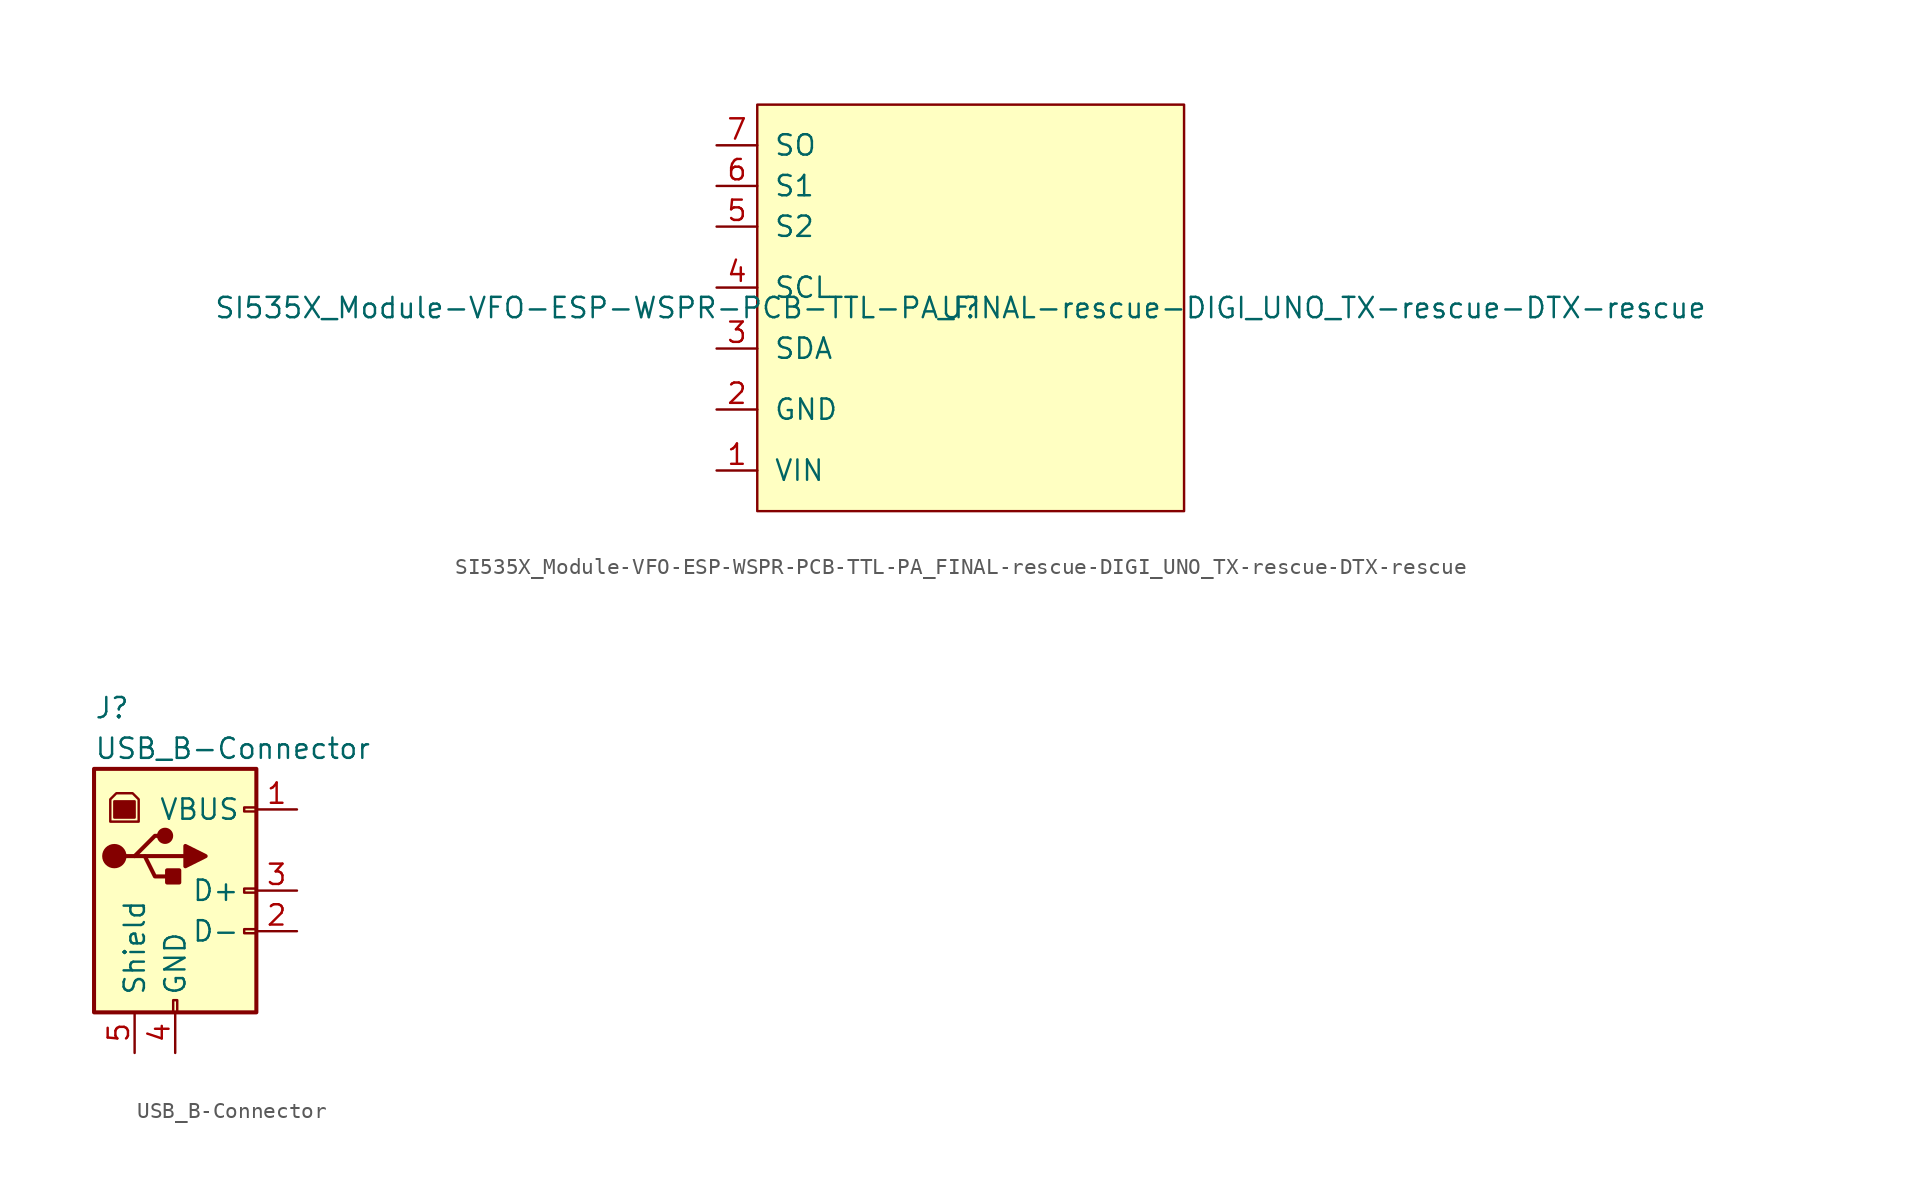
<source format=kicad_sym>
(kicad_symbol_lib
  (version 20241209)
  (generator "kicad_symbol_editor")
  (generator_version "9.0")
  (symbol "SI535X_Module-VFO-ESP-WSPR-PCB-TTL-PA_FINAL-rescue-DIGI_UNO_TX-rescue-DTX-rescue"
    (pin_names
      (offset 1.016))
    (property "Reference" "U"
      (at 0 0 0)
      (effects (font (size 1.27 1.27))))
    (property "Value" "SI535X_Module-VFO-ESP-WSPR-PCB-TTL-PA_FINAL-rescue-DIGI_UNO_TX-rescue-DTX-rescue"
      (at 0 0 0)
      (effects (font (size 1.27 1.27))))
    (symbol "SI535X_Module-VFO-ESP-WSPR-PCB-TTL-PA_FINAL-rescue-DIGI_UNO_TX-rescue-DTX-rescue_0_1"
      (rectangle (start -12.7 12.7) (end 13.97 -12.7) (stroke (width 0) (type solid)) (fill (type background))))
    (symbol "SI535X_Module-VFO-ESP-WSPR-PCB-TTL-PA_FINAL-rescue-DIGI_UNO_TX-rescue-DTX-rescue_1_1"
      (pin input line (at -15.24 10.16 0) (length 2.54) (name "SO" (effects (font (size 1.27 1.27)))) (number "7" (effects (font (size 1.27 1.27)))))
      (pin input line (at -15.24 7.62 0) (length 2.54) (name "S1" (effects (font (size 1.27 1.27)))) (number "6" (effects (font (size 1.27 1.27)))))
      (pin input line (at -15.24 5.08 0) (length 2.54) (name "S2" (effects (font (size 1.27 1.27)))) (number "5" (effects (font (size 1.27 1.27)))))
      (pin input line (at -15.24 1.27 0) (length 2.54) (name "SCL" (effects (font (size 1.27 1.27)))) (number "4" (effects (font (size 1.27 1.27)))))
      (pin input line (at -15.24 -2.54 0) (length 2.54) (name "SDA" (effects (font (size 1.27 1.27)))) (number "3" (effects (font (size 1.27 1.27)))))
      (pin input line (at -15.24 -6.35 0) (length 2.54) (name "GND" (effects (font (size 1.27 1.27)))) (number "2" (effects (font (size 1.27 1.27)))))
      (pin input line (at -15.24 -10.16 0) (length 2.54) (name "VIN" (effects (font (size 1.27 1.27)))) (number "1" (effects (font (size 1.27 1.27)))))))
  (symbol "USB_B-Connector"
    (pin_names
      (offset 1.016))
    (property "Reference" "J"
      (at -5.08 11.43 0)
      (effects (font (size 1.27 1.27)) (justify left)))
    (property "Value" "USB_B-Connector"
      (at -5.08 8.89 0)
      (effects (font (size 1.27 1.27)) (justify left)))
    (symbol "USB_B-Connector_0_1"
      (rectangle (start -5.08 -7.62) (end 5.08 7.62) (stroke (width 0.254) (type solid)) (fill (type background)))
      (polyline (pts (xy -4.064 4.318) (xy -2.286 4.318) (xy -2.286 5.715) (xy -2.667 6.096) (xy -3.683 6.096) (xy -4.064 5.715) (xy -4.064 4.318)) (stroke (width 0) (type solid)) (fill (type none)))
      (rectangle (start -3.81 5.588) (end -2.54 4.572) (stroke (width 0) (type solid)) (fill (type outline)))
      (circle (center -3.81 2.159) (radius 0.635) (stroke (width 0.254) (type solid)) (fill (type outline)))
      (polyline (pts (xy -3.175 2.159) (xy -2.54 2.159) (xy -1.27 3.429) (xy -0.635 3.429)) (stroke (width 0.254) (type solid)) (fill (type none)))
      (polyline (pts (xy -2.54 2.159) (xy -1.905 2.159) (xy -1.27 0.889) (xy 0 0.889)) (stroke (width 0.254) (type solid)) (fill (type none)))
      (polyline (pts (xy -1.905 2.159) (xy 0.635 2.159)) (stroke (width 0.254) (type solid)) (fill (type none)))
      (circle (center -0.635 3.429) (radius 0.381) (stroke (width 0.254) (type solid)) (fill (type outline)))
      (rectangle (start -0.127 -7.62) (end 0.127 -6.858) (stroke (width 0) (type solid)) (fill (type none)))
      (rectangle (start 0.254 1.27) (end -0.508 0.508) (stroke (width 0.254) (type solid)) (fill (type outline)))
      (polyline (pts (xy 0.635 2.794) (xy 0.635 1.524) (xy 1.905 2.159) (xy 0.635 2.794)) (stroke (width 0.254) (type solid)) (fill (type outline)))
      (rectangle (start 5.08 4.953) (end 4.318 5.207) (stroke (width 0) (type solid)) (fill (type none)))
      (rectangle (start 5.08 -0.127) (end 4.318 0.127) (stroke (width 0) (type solid)) (fill (type none)))
      (rectangle (start 5.08 -2.667) (end 4.318 -2.413) (stroke (width 0) (type solid)) (fill (type none))))
    (symbol "USB_B-Connector_1_1"
      (pin passive line (at -2.54 -10.16 90) (length 2.54) (name "Shield" (effects (font (size 1.27 1.27)))) (number "5" (effects (font (size 1.27 1.27)))))
      (pin power_out line (at 0 -10.16 90) (length 2.54) (name "GND" (effects (font (size 1.27 1.27)))) (number "4" (effects (font (size 1.27 1.27)))))
      (pin power_out line (at 7.62 5.08 180) (length 2.54) (name "VBUS" (effects (font (size 1.27 1.27)))) (number "1" (effects (font (size 1.27 1.27)))))
      (pin passive line (at 7.62 0 180) (length 2.54) (name "D+" (effects (font (size 1.27 1.27)))) (number "3" (effects (font (size 1.27 1.27)))))
      (pin passive line (at 7.62 -2.54 180) (length 2.54) (name "D-" (effects (font (size 1.27 1.27)))) (number "2" (effects (font (size 1.27 1.27))))))))
</source>
